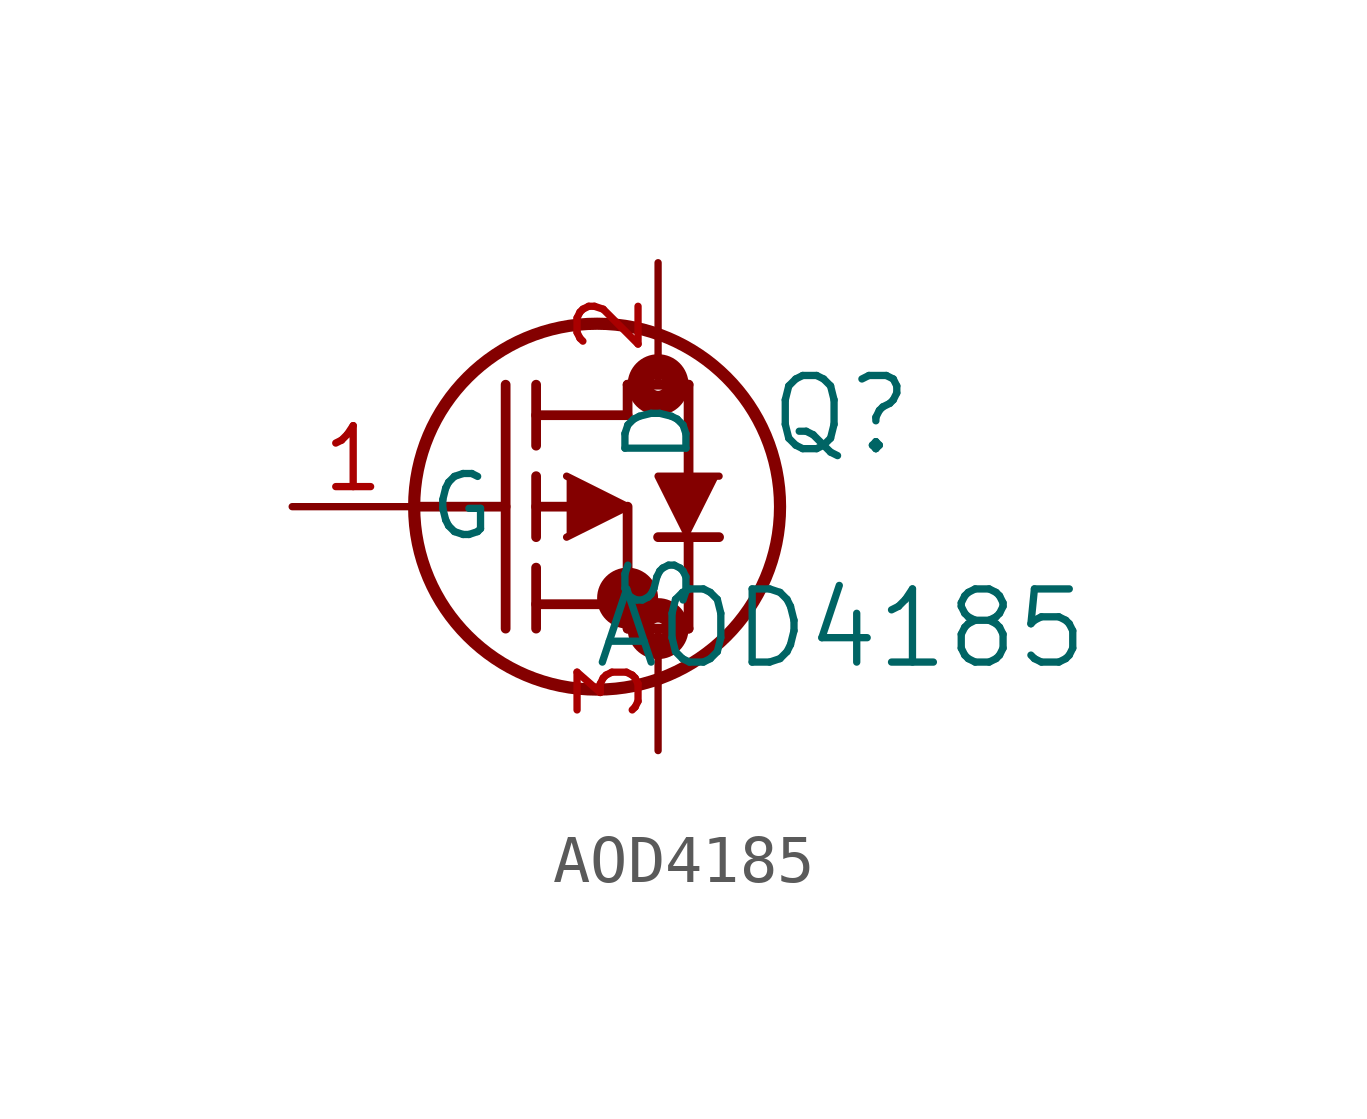
<source format=kicad_sym>
(kicad_symbol_lib
  (version 20211014)
  (generator kicad_symbol_editor)
  (symbol "AOD4185"
    (pin_names
      (offset 0.254))
    (property "Reference" "Q"
      (at 11.43 1.905 0)
      (effects (font (size 1.524 1.524))))
    (property "Value" "AOD4185"
      (at 11.43 -2.54 0)
      (effects (font (size 1.524 1.524))))
    (symbol "AOD4185_0_1"
      (circle (center 7.62 2.54) (radius 0.127) (stroke (width 0.508) (type default) (color 0 0 0 0)) (fill (type none)))
      (circle (center 7.62 -2.54) (radius 0.127) (stroke (width 0.508) (type default) (color 0 0 0 0)) (fill (type none)))
      (circle (center 6.985 -1.905) (radius 0.127) (stroke (width 0.508) (type default) (color 0 0 0 0)) (fill (type none)))
      (circle (center 6.35 0) (radius 3.81) (stroke (width 0.254) (type default) (color 0 0 0 0)) (fill (type none)))
      (polyline (pts (xy 2.54 0) (xy 4.445 0)) (stroke (width 0.203) (type default) (color 0 0 0 0)) (fill (type none)))
      (polyline (pts (xy 4.445 -2.54) (xy 4.445 2.54)) (stroke (width 0.203) (type default) (color 0 0 0 0)) (fill (type none)))
      (polyline (pts (xy 5.08 -0.635) (xy 5.08 0.635)) (stroke (width 0.203) (type default) (color 0 0 0 0)) (fill (type none)))
      (polyline (pts (xy 5.08 -2.54) (xy 5.08 -1.27)) (stroke (width 0.203) (type default) (color 0 0 0 0)) (fill (type none)))
      (polyline (pts (xy 5.08 1.27) (xy 5.08 2.54)) (stroke (width 0.203) (type default) (color 0 0 0 0)) (fill (type none)))
      (polyline (pts (xy 5.08 0) (xy 5.715 0)) (stroke (width 0.203) (type default) (color 0 0 0 0)) (fill (type none)))
      (polyline (pts (xy 5.08 -2.032) (xy 6.858 -2.032)) (stroke (width 0.203) (type default) (color 0 0 0 0)) (fill (type none)))
      (polyline (pts (xy 6.985 -2.54) (xy 6.985 0)) (stroke (width 0.203) (type default) (color 0 0 0 0)) (fill (type none)))
      (polyline (pts (xy 6.985 -2.54) (xy 8.255 -2.54)) (stroke (width 0.203) (type default) (color 0 0 0 0)) (fill (type none)))
      (polyline (pts (xy 5.08 1.905) (xy 6.985 1.905)) (stroke (width 0.203) (type default) (color 0 0 0 0)) (fill (type none)))
      (polyline (pts (xy 8.255 -2.54) (xy 8.255 -0.635)) (stroke (width 0.203) (type default) (color 0 0 0 0)) (fill (type none)))
      (polyline (pts (xy 5.715 0.635) (xy 6.985 0) (xy 5.715 -0.635)) (stroke (width 0) (type default) (color 0 0 0 0)) (fill (type outline)))
      (polyline (pts (xy 8.89 -0.635) (xy 7.62 -0.635)) (stroke (width 0.203) (type default) (color 0 0 0 0)) (fill (type none)))
      (polyline (pts (xy 8.89 0.635) (xy 7.62 0.635) (xy 8.255 -0.635)) (stroke (width 0) (type default) (color 0 0 0 0)) (fill (type outline)))
      (polyline (pts (xy 6.985 2.54) (xy 8.255 2.54)) (stroke (width 0.203) (type default) (color 0 0 0 0)) (fill (type none)))
      (polyline (pts (xy 6.985 1.905) (xy 6.985 2.54)) (stroke (width 0.203) (type default) (color 0 0 0 0)) (fill (type none)))
      (polyline (pts (xy 8.255 0.635) (xy 8.255 2.54)) (stroke (width 0.203) (type default) (color 0 0 0 0)) (fill (type none)))
      (pin unspecified line (at 0 0 0) (length 2.54) (name "G" (effects (font (size 1.27 1.27)))) (number "1" (effects (font (size 1.27 1.27)))))
      (pin unspecified line (at 7.62 5.08 270) (length 2.54) (name "D" (effects (font (size 1.27 1.27)))) (number "2" (effects (font (size 1.27 1.27)))))
      (pin unspecified line (at 7.62 -5.08 90) (length 2.54) (name "S" (effects (font (size 1.27 1.27)))) (number "3" (effects (font (size 1.27 1.27))))))))
</source>
